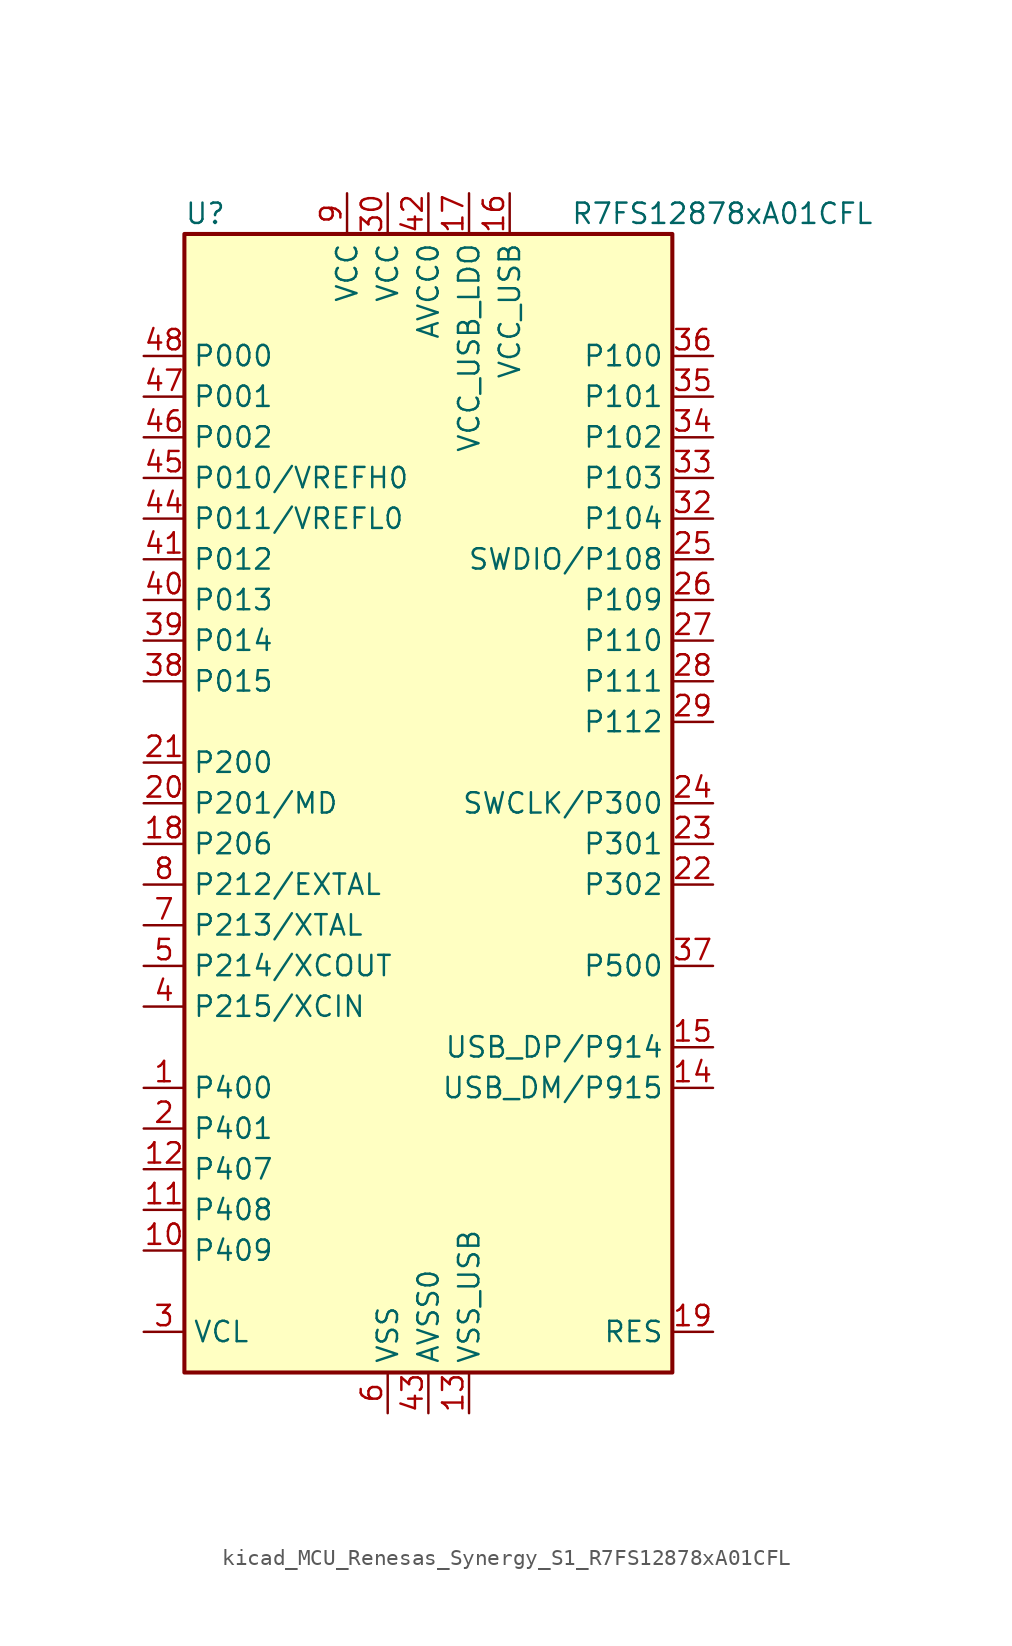
<source format=kicad_sym>
(kicad_symbol_lib
  (version 20220914)
  (generator kicad_symbol_editor)
  (symbol "kicad_MCU_Renesas_Synergy_S1_R7FS12878xA01CFL"
    (property "Reference" "U"
      (at -15.24 36.83 0)
      (effects (font (size 1.27 1.27)) (justify left)))
    (property "Value" "R7FS12878xA01CFL"
      (at 8.89 36.83 0)
      (effects (font (size 1.27 1.27)) (justify left)))
    (symbol "kicad_MCU_Renesas_Synergy_S1_R7FS12878xA01CFL_0_1"
      (rectangle (start -15.24 -35.56) (end 15.24 35.56) (stroke (width 0.254) (type default)) (fill (type background))))
    (symbol "kicad_MCU_Renesas_Synergy_S1_R7FS12878xA01CFL_1_1"
      (pin bidirectional line (at -17.78 -17.78 0) (length 2.54) (name "P400" (effects (font (size 1.27 1.27)))) (number "1" (effects (font (size 1.27 1.27)))))
      (pin bidirectional line (at -17.78 -27.94 0) (length 2.54) (name "P409" (effects (font (size 1.27 1.27)))) (number "10" (effects (font (size 1.27 1.27)))))
      (pin bidirectional line (at -17.78 -25.4 0) (length 2.54) (name "P408" (effects (font (size 1.27 1.27)))) (number "11" (effects (font (size 1.27 1.27)))))
      (pin bidirectional line (at -17.78 -22.86 0) (length 2.54) (name "P407" (effects (font (size 1.27 1.27)))) (number "12" (effects (font (size 1.27 1.27)))))
      (pin power_in line (at 2.54 -38.1 90) (length 2.54) (name "VSS_USB" (effects (font (size 1.27 1.27)))) (number "13" (effects (font (size 1.27 1.27)))))
      (pin bidirectional line (at 17.78 -17.78 180) (length 2.54) (name "USB_DM/P915" (effects (font (size 1.27 1.27)))) (number "14" (effects (font (size 1.27 1.27)))))
      (pin bidirectional line (at 17.78 -15.24 180) (length 2.54) (name "USB_DP/P914" (effects (font (size 1.27 1.27)))) (number "15" (effects (font (size 1.27 1.27)))))
      (pin power_in line (at 5.08 38.1 270) (length 2.54) (name "VCC_USB" (effects (font (size 1.27 1.27)))) (number "16" (effects (font (size 1.27 1.27)))))
      (pin power_in line (at 2.54 38.1 270) (length 2.54) (name "VCC_USB_LDO" (effects (font (size 1.27 1.27)))) (number "17" (effects (font (size 1.27 1.27)))))
      (pin bidirectional line (at -17.78 -2.54 0) (length 2.54) (name "P206" (effects (font (size 1.27 1.27)))) (number "18" (effects (font (size 1.27 1.27)))))
      (pin input line (at 17.78 -33.02 180) (length 2.54) (name "RES" (effects (font (size 1.27 1.27)))) (number "19" (effects (font (size 1.27 1.27)))))
      (pin bidirectional line (at -17.78 -20.32 0) (length 2.54) (name "P401" (effects (font (size 1.27 1.27)))) (number "2" (effects (font (size 1.27 1.27)))))
      (pin bidirectional line (at -17.78 0 0) (length 2.54) (name "P201/MD" (effects (font (size 1.27 1.27)))) (number "20" (effects (font (size 1.27 1.27)))))
      (pin bidirectional line (at -17.78 2.54 0) (length 2.54) (name "P200" (effects (font (size 1.27 1.27)))) (number "21" (effects (font (size 1.27 1.27)))))
      (pin bidirectional line (at 17.78 -5.08 180) (length 2.54) (name "P302" (effects (font (size 1.27 1.27)))) (number "22" (effects (font (size 1.27 1.27)))))
      (pin bidirectional line (at 17.78 -2.54 180) (length 2.54) (name "P301" (effects (font (size 1.27 1.27)))) (number "23" (effects (font (size 1.27 1.27)))))
      (pin bidirectional line (at 17.78 0 180) (length 2.54) (name "SWCLK/P300" (effects (font (size 1.27 1.27)))) (number "24" (effects (font (size 1.27 1.27)))))
      (pin bidirectional line (at 17.78 15.24 180) (length 2.54) (name "SWDIO/P108" (effects (font (size 1.27 1.27)))) (number "25" (effects (font (size 1.27 1.27)))))
      (pin bidirectional line (at 17.78 12.7 180) (length 2.54) (name "P109" (effects (font (size 1.27 1.27)))) (number "26" (effects (font (size 1.27 1.27)))))
      (pin bidirectional line (at 17.78 10.16 180) (length 2.54) (name "P110" (effects (font (size 1.27 1.27)))) (number "27" (effects (font (size 1.27 1.27)))))
      (pin bidirectional line (at 17.78 7.62 180) (length 2.54) (name "P111" (effects (font (size 1.27 1.27)))) (number "28" (effects (font (size 1.27 1.27)))))
      (pin bidirectional line (at 17.78 5.08 180) (length 2.54) (name "P112" (effects (font (size 1.27 1.27)))) (number "29" (effects (font (size 1.27 1.27)))))
      (pin passive line (at -17.78 -33.02 0) (length 2.54) (name "VCL" (effects (font (size 1.27 1.27)))) (number "3" (effects (font (size 1.27 1.27)))))
      (pin power_in line (at -2.54 38.1 270) (length 2.54) (name "VCC" (effects (font (size 1.27 1.27)))) (number "30" (effects (font (size 1.27 1.27)))))
      (pin passive line (at -2.54 -38.1 90) (length 2.54) hide (name "VSS" (effects (font (size 1.27 1.27)))) (number "31" (effects (font (size 1.27 1.27)))))
      (pin bidirectional line (at 17.78 17.78 180) (length 2.54) (name "P104" (effects (font (size 1.27 1.27)))) (number "32" (effects (font (size 1.27 1.27)))))
      (pin bidirectional line (at 17.78 20.32 180) (length 2.54) (name "P103" (effects (font (size 1.27 1.27)))) (number "33" (effects (font (size 1.27 1.27)))))
      (pin bidirectional line (at 17.78 22.86 180) (length 2.54) (name "P102" (effects (font (size 1.27 1.27)))) (number "34" (effects (font (size 1.27 1.27)))))
      (pin bidirectional line (at 17.78 25.4 180) (length 2.54) (name "P101" (effects (font (size 1.27 1.27)))) (number "35" (effects (font (size 1.27 1.27)))))
      (pin bidirectional line (at 17.78 27.94 180) (length 2.54) (name "P100" (effects (font (size 1.27 1.27)))) (number "36" (effects (font (size 1.27 1.27)))))
      (pin bidirectional line (at 17.78 -10.16 180) (length 2.54) (name "P500" (effects (font (size 1.27 1.27)))) (number "37" (effects (font (size 1.27 1.27)))))
      (pin bidirectional line (at -17.78 7.62 0) (length 2.54) (name "P015" (effects (font (size 1.27 1.27)))) (number "38" (effects (font (size 1.27 1.27)))))
      (pin bidirectional line (at -17.78 10.16 0) (length 2.54) (name "P014" (effects (font (size 1.27 1.27)))) (number "39" (effects (font (size 1.27 1.27)))))
      (pin bidirectional line (at -17.78 -12.7 0) (length 2.54) (name "P215/XCIN" (effects (font (size 1.27 1.27)))) (number "4" (effects (font (size 1.27 1.27)))))
      (pin bidirectional line (at -17.78 12.7 0) (length 2.54) (name "P013" (effects (font (size 1.27 1.27)))) (number "40" (effects (font (size 1.27 1.27)))))
      (pin bidirectional line (at -17.78 15.24 0) (length 2.54) (name "P012" (effects (font (size 1.27 1.27)))) (number "41" (effects (font (size 1.27 1.27)))))
      (pin power_in line (at 0 38.1 270) (length 2.54) (name "AVCC0" (effects (font (size 1.27 1.27)))) (number "42" (effects (font (size 1.27 1.27)))))
      (pin power_in line (at 0 -38.1 90) (length 2.54) (name "AVSS0" (effects (font (size 1.27 1.27)))) (number "43" (effects (font (size 1.27 1.27)))))
      (pin bidirectional line (at -17.78 17.78 0) (length 2.54) (name "P011/VREFL0" (effects (font (size 1.27 1.27)))) (number "44" (effects (font (size 1.27 1.27)))))
      (pin bidirectional line (at -17.78 20.32 0) (length 2.54) (name "P010/VREFH0" (effects (font (size 1.27 1.27)))) (number "45" (effects (font (size 1.27 1.27)))))
      (pin bidirectional line (at -17.78 22.86 0) (length 2.54) (name "P002" (effects (font (size 1.27 1.27)))) (number "46" (effects (font (size 1.27 1.27)))))
      (pin bidirectional line (at -17.78 25.4 0) (length 2.54) (name "P001" (effects (font (size 1.27 1.27)))) (number "47" (effects (font (size 1.27 1.27)))))
      (pin bidirectional line (at -17.78 27.94 0) (length 2.54) (name "P000" (effects (font (size 1.27 1.27)))) (number "48" (effects (font (size 1.27 1.27)))))
      (pin bidirectional line (at -17.78 -10.16 0) (length 2.54) (name "P214/XCOUT" (effects (font (size 1.27 1.27)))) (number "5" (effects (font (size 1.27 1.27)))))
      (pin power_in line (at -2.54 -38.1 90) (length 2.54) (name "VSS" (effects (font (size 1.27 1.27)))) (number "6" (effects (font (size 1.27 1.27)))))
      (pin bidirectional line (at -17.78 -7.62 0) (length 2.54) (name "P213/XTAL" (effects (font (size 1.27 1.27)))) (number "7" (effects (font (size 1.27 1.27)))))
      (pin bidirectional line (at -17.78 -5.08 0) (length 2.54) (name "P212/EXTAL" (effects (font (size 1.27 1.27)))) (number "8" (effects (font (size 1.27 1.27)))))
      (pin power_in line (at -5.08 38.1 270) (length 2.54) (name "VCC" (effects (font (size 1.27 1.27)))) (number "9" (effects (font (size 1.27 1.27))))))))
</source>
